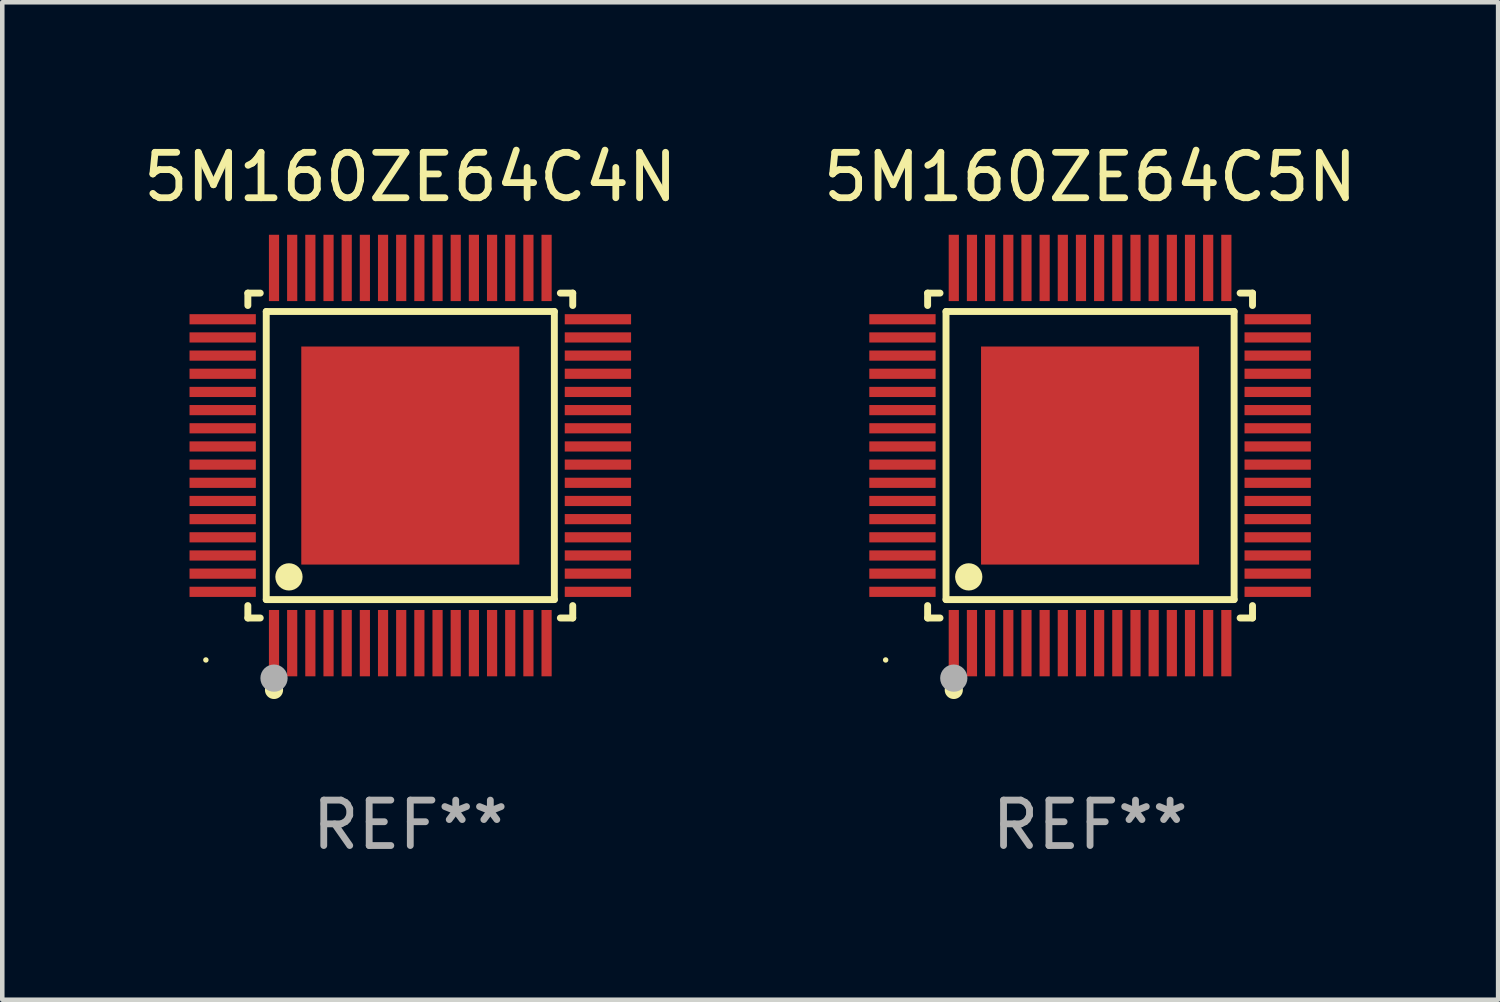
<source format=kicad_pcb>
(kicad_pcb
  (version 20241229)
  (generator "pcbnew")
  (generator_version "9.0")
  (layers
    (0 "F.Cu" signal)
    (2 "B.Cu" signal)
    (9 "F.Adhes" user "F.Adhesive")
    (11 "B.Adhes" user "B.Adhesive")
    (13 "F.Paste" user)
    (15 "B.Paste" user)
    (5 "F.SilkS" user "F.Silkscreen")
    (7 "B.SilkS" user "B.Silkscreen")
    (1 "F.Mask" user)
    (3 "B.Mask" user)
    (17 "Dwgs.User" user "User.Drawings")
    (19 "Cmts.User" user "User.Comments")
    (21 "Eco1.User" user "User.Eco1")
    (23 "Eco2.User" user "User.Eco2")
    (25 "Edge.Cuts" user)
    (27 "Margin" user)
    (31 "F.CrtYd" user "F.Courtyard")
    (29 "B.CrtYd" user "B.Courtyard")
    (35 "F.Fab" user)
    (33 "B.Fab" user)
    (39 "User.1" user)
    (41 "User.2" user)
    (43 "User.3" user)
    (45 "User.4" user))
  (footprint "5M160ZE64C4N"
    (layer "F.Cu")
    (at 5.982 6.978)
    (property "Reference" "5M160ZE64C4N" (at 0 -6.13 0) (layer "F.SilkS") (effects (font (size 1 1) (thickness 0.15))))
    (attr through_hole)
    (fp_line (start -3.576 -3.576) (end -3.303 -3.576) (stroke (width 0.152) (type solid)) (layer "F.SilkS"))
    (fp_line (start -3.576 -3.303) (end -3.576 -3.576) (stroke (width 0.152) (type solid)) (layer "F.SilkS"))
    (fp_line (start -3.576 3.303) (end -3.576 3.576) (stroke (width 0.152) (type solid)) (layer "F.SilkS"))
    (fp_line (start -3.576 3.576) (end -3.303 3.576) (stroke (width 0.152) (type solid)) (layer "F.SilkS"))
    (fp_line (start -3.171 -3.171) (end 3.171 -3.171) (stroke (width 0.152) (type solid)) (layer "F.SilkS"))
    (fp_line (start -3.171 3.171) (end -3.171 -3.171) (stroke (width 0.152) (type solid)) (layer "F.SilkS"))
    (fp_line (start 3.171 -3.171) (end 3.171 3.171) (stroke (width 0.152) (type solid)) (layer "F.SilkS"))
    (fp_line (start 3.171 3.171) (end -3.171 3.171) (stroke (width 0.152) (type solid)) (layer "F.SilkS"))
    (fp_line (start 3.576 -3.576) (end 3.303 -3.576) (stroke (width 0.152) (type solid)) (layer "F.SilkS"))
    (fp_line (start 3.576 -3.303) (end 3.576 -3.576) (stroke (width 0.152) (type solid)) (layer "F.SilkS"))
    (fp_line (start 3.576 3.303) (end 3.576 3.576) (stroke (width 0.152) (type solid)) (layer "F.SilkS"))
    (fp_line (start 3.576 3.576) (end 3.303 3.576) (stroke (width 0.152) (type solid)) (layer "F.SilkS"))
    (fp_circle (center -4.5 4.5) (end -4.47 4.5) (stroke (width 0.06) (type solid)) (fill no) (layer "F.SilkS"))
    (fp_circle (center -3 5.16) (end -2.9 5.16) (stroke (width 0.2) (type solid)) (fill no) (layer "F.SilkS"))
    (fp_circle (center -2.671 2.671) (end -2.521 2.671) (stroke (width 0.3) (type solid)) (fill no) (layer "F.SilkS"))
    (fp_circle (center -3 4.9) (end -2.85 4.9) (stroke (width 0.3) (type solid)) (fill no) (layer "F.Fab"))
    (fp_text user "REF**" (at 0 8.13 0) (layer "F.Fab") (effects (font (size 1 1) (thickness 0.15))))
    (pad "1" smd rect (at -3 4.13) (size 0.224 1.46) (layers "F.Cu" "F.Mask" "F.Paste"))
    (pad "2" smd rect (at -2.6 4.13) (size 0.224 1.46) (layers "F.Cu" "F.Mask" "F.Paste"))
    (pad "3" smd rect (at -2.2 4.13) (size 0.224 1.46) (layers "F.Cu" "F.Mask" "F.Paste"))
    (pad "4" smd rect (at -1.8 4.13) (size 0.224 1.46) (layers "F.Cu" "F.Mask" "F.Paste"))
    (pad "5" smd rect (at -1.4 4.13) (size 0.224 1.46) (layers "F.Cu" "F.Mask" "F.Paste"))
    (pad "6" smd rect (at -1 4.13) (size 0.224 1.46) (layers "F.Cu" "F.Mask" "F.Paste"))
    (pad "7" smd rect (at -0.6 4.13) (size 0.224 1.46) (layers "F.Cu" "F.Mask" "F.Paste"))
    (pad "8" smd rect (at -0.2 4.13) (size 0.224 1.46) (layers "F.Cu" "F.Mask" "F.Paste"))
    (pad "9" smd rect (at 0.2 4.13) (size 0.224 1.46) (layers "F.Cu" "F.Mask" "F.Paste"))
    (pad "10" smd rect (at 0.6 4.13) (size 0.224 1.46) (layers "F.Cu" "F.Mask" "F.Paste"))
    (pad "11" smd rect (at 1 4.13) (size 0.224 1.46) (layers "F.Cu" "F.Mask" "F.Paste"))
    (pad "12" smd rect (at 1.4 4.13) (size 0.224 1.46) (layers "F.Cu" "F.Mask" "F.Paste"))
    (pad "13" smd rect (at 1.8 4.13) (size 0.224 1.46) (layers "F.Cu" "F.Mask" "F.Paste"))
    (pad "14" smd rect (at 2.2 4.13) (size 0.224 1.46) (layers "F.Cu" "F.Mask" "F.Paste"))
    (pad "15" smd rect (at 2.6 4.13) (size 0.224 1.46) (layers "F.Cu" "F.Mask" "F.Paste"))
    (pad "16" smd rect (at 3 4.13) (size 0.224 1.46) (layers "F.Cu" "F.Mask" "F.Paste"))
    (pad "17" smd rect (at 4.13 3) (size 1.46 0.224) (layers "F.Cu" "F.Mask" "F.Paste"))
    (pad "18" smd rect (at 4.13 2.6) (size 1.46 0.224) (layers "F.Cu" "F.Mask" "F.Paste"))
    (pad "19" smd rect (at 4.13 2.2) (size 1.46 0.224) (layers "F.Cu" "F.Mask" "F.Paste"))
    (pad "20" smd rect (at 4.13 1.8) (size 1.46 0.224) (layers "F.Cu" "F.Mask" "F.Paste"))
    (pad "21" smd rect (at 4.13 1.4) (size 1.46 0.224) (layers "F.Cu" "F.Mask" "F.Paste"))
    (pad "22" smd rect (at 4.13 1) (size 1.46 0.224) (layers "F.Cu" "F.Mask" "F.Paste"))
    (pad "23" smd rect (at 4.13 0.6) (size 1.46 0.224) (layers "F.Cu" "F.Mask" "F.Paste"))
    (pad "24" smd rect (at 4.13 0.2) (size 1.46 0.224) (layers "F.Cu" "F.Mask" "F.Paste"))
    (pad "25" smd rect (at 4.13 -0.2) (size 1.46 0.224) (layers "F.Cu" "F.Mask" "F.Paste"))
    (pad "26" smd rect (at 4.13 -0.6) (size 1.46 0.224) (layers "F.Cu" "F.Mask" "F.Paste"))
    (pad "27" smd rect (at 4.13 -1) (size 1.46 0.224) (layers "F.Cu" "F.Mask" "F.Paste"))
    (pad "28" smd rect (at 4.13 -1.4) (size 1.46 0.224) (layers "F.Cu" "F.Mask" "F.Paste"))
    (pad "29" smd rect (at 4.13 -1.8) (size 1.46 0.224) (layers "F.Cu" "F.Mask" "F.Paste"))
    (pad "30" smd rect (at 4.13 -2.2) (size 1.46 0.224) (layers "F.Cu" "F.Mask" "F.Paste"))
    (pad "31" smd rect (at 4.13 -2.6) (size 1.46 0.224) (layers "F.Cu" "F.Mask" "F.Paste"))
    (pad "32" smd rect (at 4.13 -3) (size 1.46 0.224) (layers "F.Cu" "F.Mask" "F.Paste"))
    (pad "33" smd rect (at 3 -4.13) (size 0.224 1.46) (layers "F.Cu" "F.Mask" "F.Paste"))
    (pad "34" smd rect (at 2.6 -4.13) (size 0.224 1.46) (layers "F.Cu" "F.Mask" "F.Paste"))
    (pad "35" smd rect (at 2.2 -4.13) (size 0.224 1.46) (layers "F.Cu" "F.Mask" "F.Paste"))
    (pad "36" smd rect (at 1.8 -4.13) (size 0.224 1.46) (layers "F.Cu" "F.Mask" "F.Paste"))
    (pad "37" smd rect (at 1.4 -4.13) (size 0.224 1.46) (layers "F.Cu" "F.Mask" "F.Paste"))
    (pad "38" smd rect (at 1 -4.13) (size 0.224 1.46) (layers "F.Cu" "F.Mask" "F.Paste"))
    (pad "39" smd rect (at 0.6 -4.13) (size 0.224 1.46) (layers "F.Cu" "F.Mask" "F.Paste"))
    (pad "40" smd rect (at 0.2 -4.13) (size 0.224 1.46) (layers "F.Cu" "F.Mask" "F.Paste"))
    (pad "41" smd rect (at -0.2 -4.13) (size 0.224 1.46) (layers "F.Cu" "F.Mask" "F.Paste"))
    (pad "42" smd rect (at -0.6 -4.13) (size 0.224 1.46) (layers "F.Cu" "F.Mask" "F.Paste"))
    (pad "43" smd rect (at -1 -4.13) (size 0.224 1.46) (layers "F.Cu" "F.Mask" "F.Paste"))
    (pad "44" smd rect (at -1.4 -4.13) (size 0.224 1.46) (layers "F.Cu" "F.Mask" "F.Paste"))
    (pad "45" smd rect (at -1.8 -4.13) (size 0.224 1.46) (layers "F.Cu" "F.Mask" "F.Paste"))
    (pad "46" smd rect (at -2.2 -4.13) (size 0.224 1.46) (layers "F.Cu" "F.Mask" "F.Paste"))
    (pad "47" smd rect (at -2.6 -4.13) (size 0.224 1.46) (layers "F.Cu" "F.Mask" "F.Paste"))
    (pad "48" smd rect (at -3 -4.13) (size 0.224 1.46) (layers "F.Cu" "F.Mask" "F.Paste"))
    (pad "49" smd rect (at -4.13 -3) (size 1.46 0.224) (layers "F.Cu" "F.Mask" "F.Paste"))
    (pad "50" smd rect (at -4.13 -2.6) (size 1.46 0.224) (layers "F.Cu" "F.Mask" "F.Paste"))
    (pad "51" smd rect (at -4.13 -2.2) (size 1.46 0.224) (layers "F.Cu" "F.Mask" "F.Paste"))
    (pad "52" smd rect (at -4.13 -1.8) (size 1.46 0.224) (layers "F.Cu" "F.Mask" "F.Paste"))
    (pad "53" smd rect (at -4.13 -1.4) (size 1.46 0.224) (layers "F.Cu" "F.Mask" "F.Paste"))
    (pad "54" smd rect (at -4.13 -1) (size 1.46 0.224) (layers "F.Cu" "F.Mask" "F.Paste"))
    (pad "55" smd rect (at -4.13 -0.6) (size 1.46 0.224) (layers "F.Cu" "F.Mask" "F.Paste"))
    (pad "56" smd rect (at -4.13 -0.2) (size 1.46 0.224) (layers "F.Cu" "F.Mask" "F.Paste"))
    (pad "57" smd rect (at -4.13 0.2) (size 1.46 0.224) (layers "F.Cu" "F.Mask" "F.Paste"))
    (pad "58" smd rect (at -4.13 0.6) (size 1.46 0.224) (layers "F.Cu" "F.Mask" "F.Paste"))
    (pad "59" smd rect (at -4.13 1) (size 1.46 0.224) (layers "F.Cu" "F.Mask" "F.Paste"))
    (pad "60" smd rect (at -4.13 1.4) (size 1.46 0.224) (layers "F.Cu" "F.Mask" "F.Paste"))
    (pad "61" smd rect (at -4.13 1.8) (size 1.46 0.224) (layers "F.Cu" "F.Mask" "F.Paste"))
    (pad "62" smd rect (at -4.13 2.2) (size 1.46 0.224) (layers "F.Cu" "F.Mask" "F.Paste"))
    (pad "63" smd rect (at -4.13 2.6) (size 1.46 0.224) (layers "F.Cu" "F.Mask" "F.Paste"))
    (pad "64" smd rect (at -4.13 3) (size 1.46 0.224) (layers "F.Cu" "F.Mask" "F.Paste"))
    (pad "65" smd rect (at 0 0) (size 4.8 4.8) (layers "F.Cu" "F.Mask" "F.Paste")))
  (footprint "5M160ZE64C5N"
    (layer "F.Cu")
    (at 20.946 6.978)
    (property "Reference" "5M160ZE64C5N" (at 0 -6.13 0) (layer "F.SilkS") (effects (font (size 1 1) (thickness 0.15))))
    (attr through_hole)
    (fp_line (start -3.576 -3.576) (end -3.303 -3.576) (stroke (width 0.152) (type solid)) (layer "F.SilkS"))
    (fp_line (start -3.576 -3.303) (end -3.576 -3.576) (stroke (width 0.152) (type solid)) (layer "F.SilkS"))
    (fp_line (start -3.576 3.303) (end -3.576 3.576) (stroke (width 0.152) (type solid)) (layer "F.SilkS"))
    (fp_line (start -3.576 3.576) (end -3.303 3.576) (stroke (width 0.152) (type solid)) (layer "F.SilkS"))
    (fp_line (start -3.171 -3.171) (end 3.171 -3.171) (stroke (width 0.152) (type solid)) (layer "F.SilkS"))
    (fp_line (start -3.171 3.171) (end -3.171 -3.171) (stroke (width 0.152) (type solid)) (layer "F.SilkS"))
    (fp_line (start 3.171 -3.171) (end 3.171 3.171) (stroke (width 0.152) (type solid)) (layer "F.SilkS"))
    (fp_line (start 3.171 3.171) (end -3.171 3.171) (stroke (width 0.152) (type solid)) (layer "F.SilkS"))
    (fp_line (start 3.576 -3.576) (end 3.303 -3.576) (stroke (width 0.152) (type solid)) (layer "F.SilkS"))
    (fp_line (start 3.576 -3.303) (end 3.576 -3.576) (stroke (width 0.152) (type solid)) (layer "F.SilkS"))
    (fp_line (start 3.576 3.303) (end 3.576 3.576) (stroke (width 0.152) (type solid)) (layer "F.SilkS"))
    (fp_line (start 3.576 3.576) (end 3.303 3.576) (stroke (width 0.152) (type solid)) (layer "F.SilkS"))
    (fp_circle (center -4.5 4.5) (end -4.47 4.5) (stroke (width 0.06) (type solid)) (fill no) (layer "F.SilkS"))
    (fp_circle (center -3 5.16) (end -2.9 5.16) (stroke (width 0.2) (type solid)) (fill no) (layer "F.SilkS"))
    (fp_circle (center -2.671 2.671) (end -2.521 2.671) (stroke (width 0.3) (type solid)) (fill no) (layer "F.SilkS"))
    (fp_circle (center -3 4.9) (end -2.85 4.9) (stroke (width 0.3) (type solid)) (fill no) (layer "F.Fab"))
    (fp_text user "REF**" (at 0 8.13 0) (layer "F.Fab") (effects (font (size 1 1) (thickness 0.15))))
    (pad "1" smd rect (at -3 4.13) (size 0.224 1.46) (layers "F.Cu" "F.Mask" "F.Paste"))
    (pad "2" smd rect (at -2.6 4.13) (size 0.224 1.46) (layers "F.Cu" "F.Mask" "F.Paste"))
    (pad "3" smd rect (at -2.2 4.13) (size 0.224 1.46) (layers "F.Cu" "F.Mask" "F.Paste"))
    (pad "4" smd rect (at -1.8 4.13) (size 0.224 1.46) (layers "F.Cu" "F.Mask" "F.Paste"))
    (pad "5" smd rect (at -1.4 4.13) (size 0.224 1.46) (layers "F.Cu" "F.Mask" "F.Paste"))
    (pad "6" smd rect (at -1 4.13) (size 0.224 1.46) (layers "F.Cu" "F.Mask" "F.Paste"))
    (pad "7" smd rect (at -0.6 4.13) (size 0.224 1.46) (layers "F.Cu" "F.Mask" "F.Paste"))
    (pad "8" smd rect (at -0.2 4.13) (size 0.224 1.46) (layers "F.Cu" "F.Mask" "F.Paste"))
    (pad "9" smd rect (at 0.2 4.13) (size 0.224 1.46) (layers "F.Cu" "F.Mask" "F.Paste"))
    (pad "10" smd rect (at 0.6 4.13) (size 0.224 1.46) (layers "F.Cu" "F.Mask" "F.Paste"))
    (pad "11" smd rect (at 1 4.13) (size 0.224 1.46) (layers "F.Cu" "F.Mask" "F.Paste"))
    (pad "12" smd rect (at 1.4 4.13) (size 0.224 1.46) (layers "F.Cu" "F.Mask" "F.Paste"))
    (pad "13" smd rect (at 1.8 4.13) (size 0.224 1.46) (layers "F.Cu" "F.Mask" "F.Paste"))
    (pad "14" smd rect (at 2.2 4.13) (size 0.224 1.46) (layers "F.Cu" "F.Mask" "F.Paste"))
    (pad "15" smd rect (at 2.6 4.13) (size 0.224 1.46) (layers "F.Cu" "F.Mask" "F.Paste"))
    (pad "16" smd rect (at 3 4.13) (size 0.224 1.46) (layers "F.Cu" "F.Mask" "F.Paste"))
    (pad "17" smd rect (at 4.13 3) (size 1.46 0.224) (layers "F.Cu" "F.Mask" "F.Paste"))
    (pad "18" smd rect (at 4.13 2.6) (size 1.46 0.224) (layers "F.Cu" "F.Mask" "F.Paste"))
    (pad "19" smd rect (at 4.13 2.2) (size 1.46 0.224) (layers "F.Cu" "F.Mask" "F.Paste"))
    (pad "20" smd rect (at 4.13 1.8) (size 1.46 0.224) (layers "F.Cu" "F.Mask" "F.Paste"))
    (pad "21" smd rect (at 4.13 1.4) (size 1.46 0.224) (layers "F.Cu" "F.Mask" "F.Paste"))
    (pad "22" smd rect (at 4.13 1) (size 1.46 0.224) (layers "F.Cu" "F.Mask" "F.Paste"))
    (pad "23" smd rect (at 4.13 0.6) (size 1.46 0.224) (layers "F.Cu" "F.Mask" "F.Paste"))
    (pad "24" smd rect (at 4.13 0.2) (size 1.46 0.224) (layers "F.Cu" "F.Mask" "F.Paste"))
    (pad "25" smd rect (at 4.13 -0.2) (size 1.46 0.224) (layers "F.Cu" "F.Mask" "F.Paste"))
    (pad "26" smd rect (at 4.13 -0.6) (size 1.46 0.224) (layers "F.Cu" "F.Mask" "F.Paste"))
    (pad "27" smd rect (at 4.13 -1) (size 1.46 0.224) (layers "F.Cu" "F.Mask" "F.Paste"))
    (pad "28" smd rect (at 4.13 -1.4) (size 1.46 0.224) (layers "F.Cu" "F.Mask" "F.Paste"))
    (pad "29" smd rect (at 4.13 -1.8) (size 1.46 0.224) (layers "F.Cu" "F.Mask" "F.Paste"))
    (pad "30" smd rect (at 4.13 -2.2) (size 1.46 0.224) (layers "F.Cu" "F.Mask" "F.Paste"))
    (pad "31" smd rect (at 4.13 -2.6) (size 1.46 0.224) (layers "F.Cu" "F.Mask" "F.Paste"))
    (pad "32" smd rect (at 4.13 -3) (size 1.46 0.224) (layers "F.Cu" "F.Mask" "F.Paste"))
    (pad "33" smd rect (at 3 -4.13) (size 0.224 1.46) (layers "F.Cu" "F.Mask" "F.Paste"))
    (pad "34" smd rect (at 2.6 -4.13) (size 0.224 1.46) (layers "F.Cu" "F.Mask" "F.Paste"))
    (pad "35" smd rect (at 2.2 -4.13) (size 0.224 1.46) (layers "F.Cu" "F.Mask" "F.Paste"))
    (pad "36" smd rect (at 1.8 -4.13) (size 0.224 1.46) (layers "F.Cu" "F.Mask" "F.Paste"))
    (pad "37" smd rect (at 1.4 -4.13) (size 0.224 1.46) (layers "F.Cu" "F.Mask" "F.Paste"))
    (pad "38" smd rect (at 1 -4.13) (size 0.224 1.46) (layers "F.Cu" "F.Mask" "F.Paste"))
    (pad "39" smd rect (at 0.6 -4.13) (size 0.224 1.46) (layers "F.Cu" "F.Mask" "F.Paste"))
    (pad "40" smd rect (at 0.2 -4.13) (size 0.224 1.46) (layers "F.Cu" "F.Mask" "F.Paste"))
    (pad "41" smd rect (at -0.2 -4.13) (size 0.224 1.46) (layers "F.Cu" "F.Mask" "F.Paste"))
    (pad "42" smd rect (at -0.6 -4.13) (size 0.224 1.46) (layers "F.Cu" "F.Mask" "F.Paste"))
    (pad "43" smd rect (at -1 -4.13) (size 0.224 1.46) (layers "F.Cu" "F.Mask" "F.Paste"))
    (pad "44" smd rect (at -1.4 -4.13) (size 0.224 1.46) (layers "F.Cu" "F.Mask" "F.Paste"))
    (pad "45" smd rect (at -1.8 -4.13) (size 0.224 1.46) (layers "F.Cu" "F.Mask" "F.Paste"))
    (pad "46" smd rect (at -2.2 -4.13) (size 0.224 1.46) (layers "F.Cu" "F.Mask" "F.Paste"))
    (pad "47" smd rect (at -2.6 -4.13) (size 0.224 1.46) (layers "F.Cu" "F.Mask" "F.Paste"))
    (pad "48" smd rect (at -3 -4.13) (size 0.224 1.46) (layers "F.Cu" "F.Mask" "F.Paste"))
    (pad "49" smd rect (at -4.13 -3) (size 1.46 0.224) (layers "F.Cu" "F.Mask" "F.Paste"))
    (pad "50" smd rect (at -4.13 -2.6) (size 1.46 0.224) (layers "F.Cu" "F.Mask" "F.Paste"))
    (pad "51" smd rect (at -4.13 -2.2) (size 1.46 0.224) (layers "F.Cu" "F.Mask" "F.Paste"))
    (pad "52" smd rect (at -4.13 -1.8) (size 1.46 0.224) (layers "F.Cu" "F.Mask" "F.Paste"))
    (pad "53" smd rect (at -4.13 -1.4) (size 1.46 0.224) (layers "F.Cu" "F.Mask" "F.Paste"))
    (pad "54" smd rect (at -4.13 -1) (size 1.46 0.224) (layers "F.Cu" "F.Mask" "F.Paste"))
    (pad "55" smd rect (at -4.13 -0.6) (size 1.46 0.224) (layers "F.Cu" "F.Mask" "F.Paste"))
    (pad "56" smd rect (at -4.13 -0.2) (size 1.46 0.224) (layers "F.Cu" "F.Mask" "F.Paste"))
    (pad "57" smd rect (at -4.13 0.2) (size 1.46 0.224) (layers "F.Cu" "F.Mask" "F.Paste"))
    (pad "58" smd rect (at -4.13 0.6) (size 1.46 0.224) (layers "F.Cu" "F.Mask" "F.Paste"))
    (pad "59" smd rect (at -4.13 1) (size 1.46 0.224) (layers "F.Cu" "F.Mask" "F.Paste"))
    (pad "60" smd rect (at -4.13 1.4) (size 1.46 0.224) (layers "F.Cu" "F.Mask" "F.Paste"))
    (pad "61" smd rect (at -4.13 1.8) (size 1.46 0.224) (layers "F.Cu" "F.Mask" "F.Paste"))
    (pad "62" smd rect (at -4.13 2.2) (size 1.46 0.224) (layers "F.Cu" "F.Mask" "F.Paste"))
    (pad "63" smd rect (at -4.13 2.6) (size 1.46 0.224) (layers "F.Cu" "F.Mask" "F.Paste"))
    (pad "64" smd rect (at -4.13 3) (size 1.46 0.224) (layers "F.Cu" "F.Mask" "F.Paste"))
    (pad "65" smd rect (at 0 0) (size 4.8 4.8) (layers "F.Cu" "F.Mask" "F.Paste")))
  (gr_rect
    (start -3 -3)
    (end 29.929 18.957)
    (stroke (width 0.1) (type default))
    (fill no)
    (layer "Edge.Cuts")))
</source>
